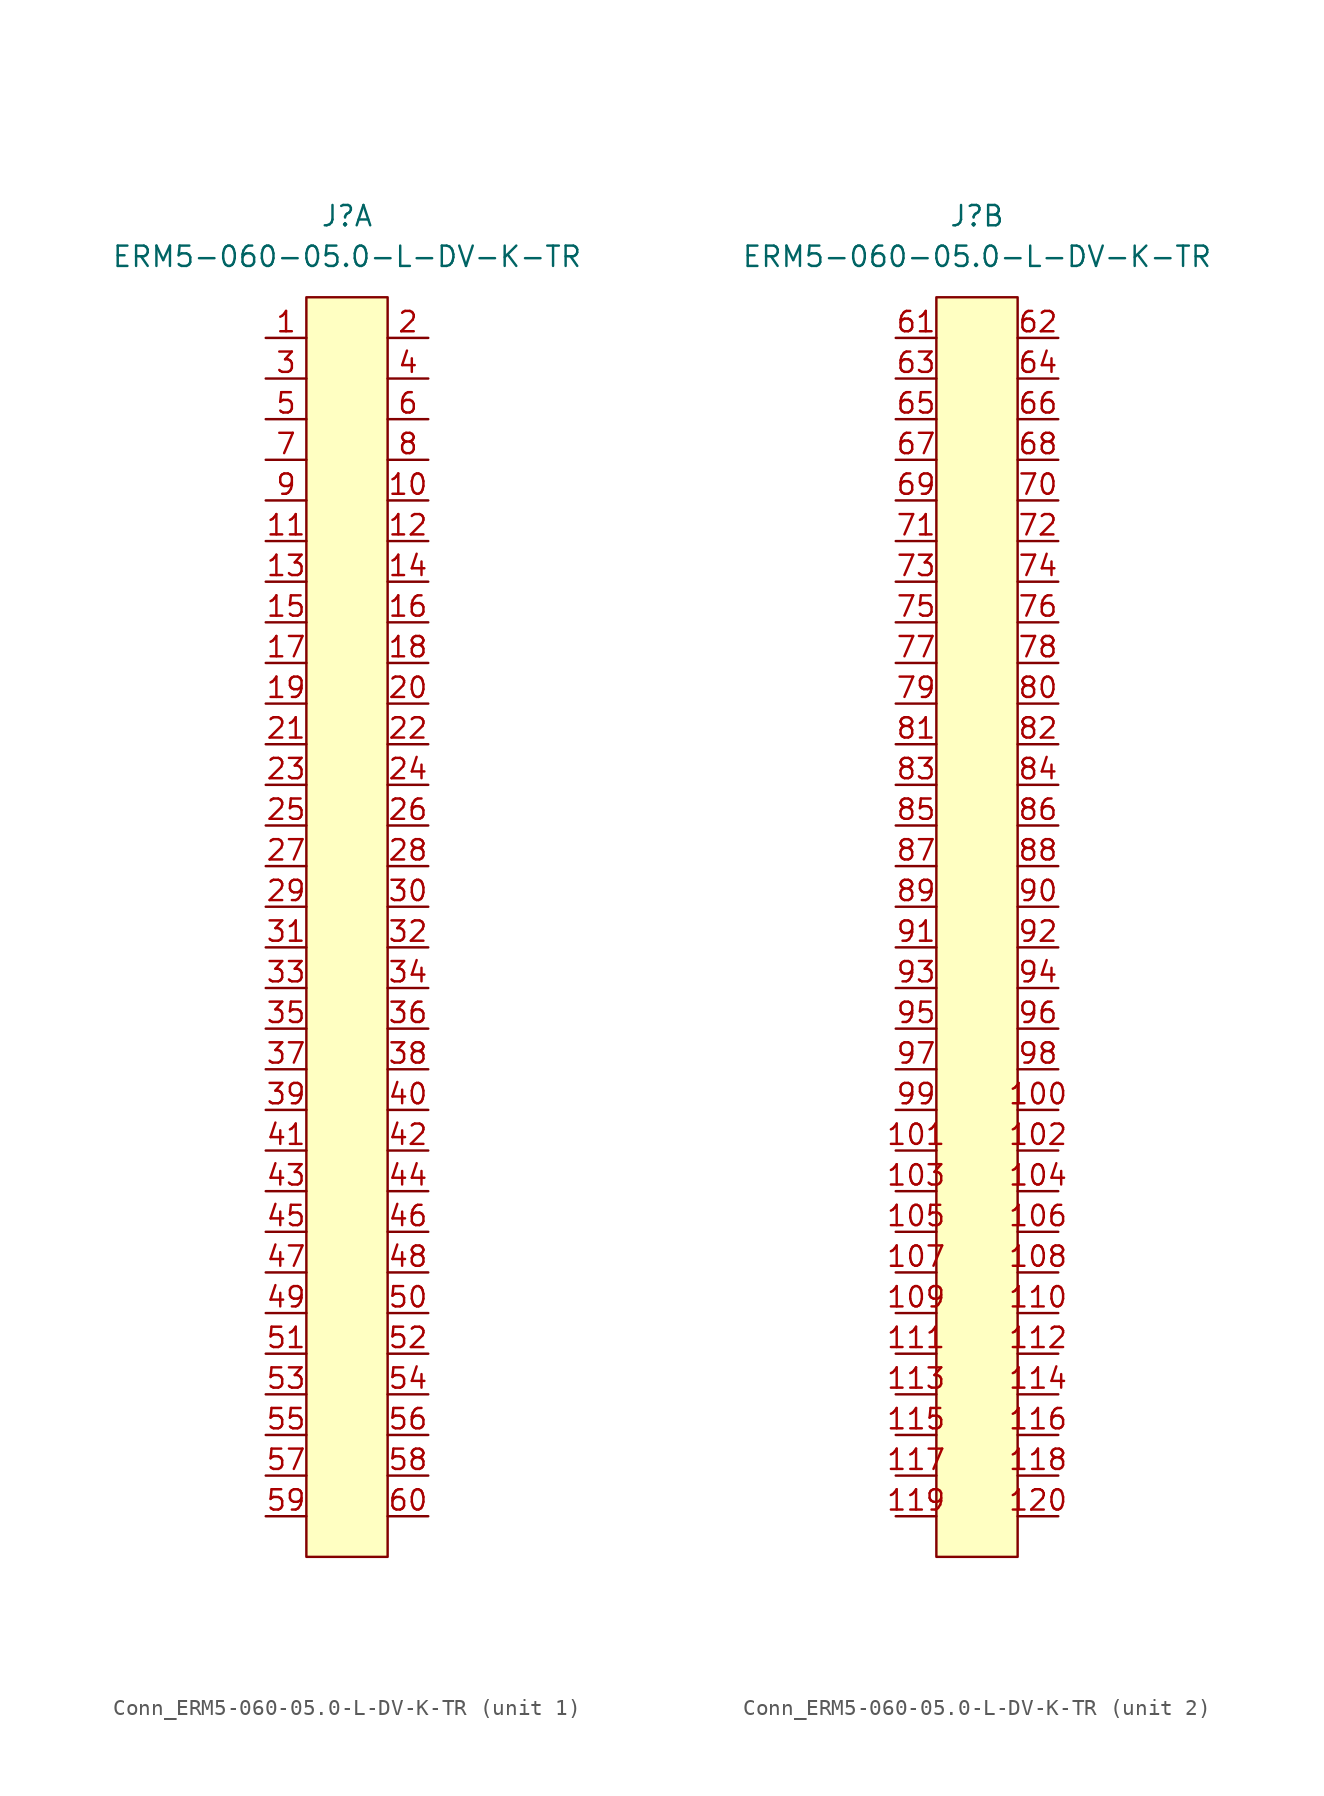
<source format=kicad_sym>
(kicad_symbol_lib
  (version 20220914)
  (generator kicad_symbol_editor)
  (symbol "Conn_ERM5-060-05.0-L-DV-K-TR"
    (pin_names
      (offset 1.016) hide)
    (property "Reference" "J"
      (at 0 20.32 0)
      (effects (font (size 1.27 1.27))))
    (property "Value" "ERM5-060-05.0-L-DV-K-TR"
      (at 0 17.78 0)
      (effects (font (size 1.27 1.27))))
    (property "ki_locked" ""
      (at 0 0 0)
      (effects (font (size 1.27 1.27))))
    (symbol "Conn_ERM5-060-05.0-L-DV-K-TR_1_1"
      (rectangle (start -2.54 15.24) (end 2.54 -63.5) (stroke (width 0) (type default)) (fill (type background)))
      (pin passive line (at -5.08 12.7 0) (length 2.54) (name "1" (effects (font (size 1.27 1.27)))) (number "1" (effects (font (size 1.27 1.27)))))
      (pin passive line (at 5.08 2.54 180) (length 2.54) (name "10" (effects (font (size 1.27 1.27)))) (number "10" (effects (font (size 1.27 1.27)))))
      (pin passive line (at -5.08 0 0) (length 2.54) (name "11" (effects (font (size 1.27 1.27)))) (number "11" (effects (font (size 1.27 1.27)))))
      (pin passive line (at 5.08 0 180) (length 2.54) (name "12" (effects (font (size 1.27 1.27)))) (number "12" (effects (font (size 1.27 1.27)))))
      (pin passive line (at -5.08 -2.54 0) (length 2.54) (name "13" (effects (font (size 1.27 1.27)))) (number "13" (effects (font (size 1.27 1.27)))))
      (pin passive line (at 5.08 -2.54 180) (length 2.54) (name "14" (effects (font (size 1.27 1.27)))) (number "14" (effects (font (size 1.27 1.27)))))
      (pin passive line (at -5.08 -5.08 0) (length 2.54) (name "15" (effects (font (size 1.27 1.27)))) (number "15" (effects (font (size 1.27 1.27)))))
      (pin passive line (at 5.08 -5.08 180) (length 2.54) (name "16" (effects (font (size 1.27 1.27)))) (number "16" (effects (font (size 1.27 1.27)))))
      (pin passive line (at -5.08 -7.62 0) (length 2.54) (name "17" (effects (font (size 1.27 1.27)))) (number "17" (effects (font (size 1.27 1.27)))))
      (pin passive line (at 5.08 -7.62 180) (length 2.54) (name "18" (effects (font (size 1.27 1.27)))) (number "18" (effects (font (size 1.27 1.27)))))
      (pin passive line (at -5.08 -10.16 0) (length 2.54) (name "19" (effects (font (size 1.27 1.27)))) (number "19" (effects (font (size 1.27 1.27)))))
      (pin passive line (at 5.08 12.7 180) (length 2.54) (name "2" (effects (font (size 1.27 1.27)))) (number "2" (effects (font (size 1.27 1.27)))))
      (pin passive line (at 5.08 -10.16 180) (length 2.54) (name "20" (effects (font (size 1.27 1.27)))) (number "20" (effects (font (size 1.27 1.27)))))
      (pin passive line (at -5.08 -12.7 0) (length 2.54) (name "21" (effects (font (size 1.27 1.27)))) (number "21" (effects (font (size 1.27 1.27)))))
      (pin passive line (at 5.08 -12.7 180) (length 2.54) (name "22" (effects (font (size 1.27 1.27)))) (number "22" (effects (font (size 1.27 1.27)))))
      (pin passive line (at -5.08 -15.24 0) (length 2.54) (name "23" (effects (font (size 1.27 1.27)))) (number "23" (effects (font (size 1.27 1.27)))))
      (pin passive line (at 5.08 -15.24 180) (length 2.54) (name "24" (effects (font (size 1.27 1.27)))) (number "24" (effects (font (size 1.27 1.27)))))
      (pin passive line (at -5.08 -17.78 0) (length 2.54) (name "25" (effects (font (size 1.27 1.27)))) (number "25" (effects (font (size 1.27 1.27)))))
      (pin passive line (at 5.08 -17.78 180) (length 2.54) (name "26" (effects (font (size 1.27 1.27)))) (number "26" (effects (font (size 1.27 1.27)))))
      (pin passive line (at -5.08 -20.32 0) (length 2.54) (name "27" (effects (font (size 1.27 1.27)))) (number "27" (effects (font (size 1.27 1.27)))))
      (pin passive line (at 5.08 -20.32 180) (length 2.54) (name "28" (effects (font (size 1.27 1.27)))) (number "28" (effects (font (size 1.27 1.27)))))
      (pin passive line (at -5.08 -22.86 0) (length 2.54) (name "29" (effects (font (size 1.27 1.27)))) (number "29" (effects (font (size 1.27 1.27)))))
      (pin passive line (at -5.08 10.16 0) (length 2.54) (name "3" (effects (font (size 1.27 1.27)))) (number "3" (effects (font (size 1.27 1.27)))))
      (pin passive line (at 5.08 -22.86 180) (length 2.54) (name "30" (effects (font (size 1.27 1.27)))) (number "30" (effects (font (size 1.27 1.27)))))
      (pin passive line (at -5.08 -25.4 0) (length 2.54) (name "31" (effects (font (size 1.27 1.27)))) (number "31" (effects (font (size 1.27 1.27)))))
      (pin passive line (at 5.08 -25.4 180) (length 2.54) (name "32" (effects (font (size 1.27 1.27)))) (number "32" (effects (font (size 1.27 1.27)))))
      (pin passive line (at -5.08 -27.94 0) (length 2.54) (name "33" (effects (font (size 1.27 1.27)))) (number "33" (effects (font (size 1.27 1.27)))))
      (pin passive line (at 5.08 -27.94 180) (length 2.54) (name "34" (effects (font (size 1.27 1.27)))) (number "34" (effects (font (size 1.27 1.27)))))
      (pin passive line (at -5.08 -30.48 0) (length 2.54) (name "35" (effects (font (size 1.27 1.27)))) (number "35" (effects (font (size 1.27 1.27)))))
      (pin passive line (at 5.08 -30.48 180) (length 2.54) (name "36" (effects (font (size 1.27 1.27)))) (number "36" (effects (font (size 1.27 1.27)))))
      (pin passive line (at -5.08 -33.02 0) (length 2.54) (name "37" (effects (font (size 1.27 1.27)))) (number "37" (effects (font (size 1.27 1.27)))))
      (pin passive line (at 5.08 -33.02 180) (length 2.54) (name "38" (effects (font (size 1.27 1.27)))) (number "38" (effects (font (size 1.27 1.27)))))
      (pin passive line (at -5.08 -35.56 0) (length 2.54) (name "39" (effects (font (size 1.27 1.27)))) (number "39" (effects (font (size 1.27 1.27)))))
      (pin passive line (at 5.08 10.16 180) (length 2.54) (name "4" (effects (font (size 1.27 1.27)))) (number "4" (effects (font (size 1.27 1.27)))))
      (pin passive line (at 5.08 -35.56 180) (length 2.54) (name "40" (effects (font (size 1.27 1.27)))) (number "40" (effects (font (size 1.27 1.27)))))
      (pin passive line (at -5.08 -38.1 0) (length 2.54) (name "41" (effects (font (size 1.27 1.27)))) (number "41" (effects (font (size 1.27 1.27)))))
      (pin passive line (at 5.08 -38.1 180) (length 2.54) (name "42" (effects (font (size 1.27 1.27)))) (number "42" (effects (font (size 1.27 1.27)))))
      (pin passive line (at -5.08 -40.64 0) (length 2.54) (name "43" (effects (font (size 1.27 1.27)))) (number "43" (effects (font (size 1.27 1.27)))))
      (pin passive line (at 5.08 -40.64 180) (length 2.54) (name "44" (effects (font (size 1.27 1.27)))) (number "44" (effects (font (size 1.27 1.27)))))
      (pin passive line (at -5.08 -43.18 0) (length 2.54) (name "45" (effects (font (size 1.27 1.27)))) (number "45" (effects (font (size 1.27 1.27)))))
      (pin passive line (at 5.08 -43.18 180) (length 2.54) (name "46" (effects (font (size 1.27 1.27)))) (number "46" (effects (font (size 1.27 1.27)))))
      (pin passive line (at -5.08 -45.72 0) (length 2.54) (name "47" (effects (font (size 1.27 1.27)))) (number "47" (effects (font (size 1.27 1.27)))))
      (pin passive line (at 5.08 -45.72 180) (length 2.54) (name "48" (effects (font (size 1.27 1.27)))) (number "48" (effects (font (size 1.27 1.27)))))
      (pin passive line (at -5.08 -48.26 0) (length 2.54) (name "49" (effects (font (size 1.27 1.27)))) (number "49" (effects (font (size 1.27 1.27)))))
      (pin passive line (at -5.08 7.62 0) (length 2.54) (name "5" (effects (font (size 1.27 1.27)))) (number "5" (effects (font (size 1.27 1.27)))))
      (pin passive line (at 5.08 -48.26 180) (length 2.54) (name "50" (effects (font (size 1.27 1.27)))) (number "50" (effects (font (size 1.27 1.27)))))
      (pin passive line (at -5.08 -50.8 0) (length 2.54) (name "51" (effects (font (size 1.27 1.27)))) (number "51" (effects (font (size 1.27 1.27)))))
      (pin passive line (at 5.08 -50.8 180) (length 2.54) (name "52" (effects (font (size 1.27 1.27)))) (number "52" (effects (font (size 1.27 1.27)))))
      (pin passive line (at -5.08 -53.34 0) (length 2.54) (name "53" (effects (font (size 1.27 1.27)))) (number "53" (effects (font (size 1.27 1.27)))))
      (pin passive line (at 5.08 -53.34 180) (length 2.54) (name "54" (effects (font (size 1.27 1.27)))) (number "54" (effects (font (size 1.27 1.27)))))
      (pin passive line (at -5.08 -55.88 0) (length 2.54) (name "55" (effects (font (size 1.27 1.27)))) (number "55" (effects (font (size 1.27 1.27)))))
      (pin passive line (at 5.08 -55.88 180) (length 2.54) (name "56" (effects (font (size 1.27 1.27)))) (number "56" (effects (font (size 1.27 1.27)))))
      (pin passive line (at -5.08 -58.42 0) (length 2.54) (name "57" (effects (font (size 1.27 1.27)))) (number "57" (effects (font (size 1.27 1.27)))))
      (pin passive line (at 5.08 -58.42 180) (length 2.54) (name "58" (effects (font (size 1.27 1.27)))) (number "58" (effects (font (size 1.27 1.27)))))
      (pin passive line (at -5.08 -60.96 0) (length 2.54) (name "59" (effects (font (size 1.27 1.27)))) (number "59" (effects (font (size 1.27 1.27)))))
      (pin passive line (at 5.08 7.62 180) (length 2.54) (name "6" (effects (font (size 1.27 1.27)))) (number "6" (effects (font (size 1.27 1.27)))))
      (pin passive line (at 5.08 -60.96 180) (length 2.54) (name "60" (effects (font (size 1.27 1.27)))) (number "60" (effects (font (size 1.27 1.27)))))
      (pin passive line (at -5.08 5.08 0) (length 2.54) (name "7" (effects (font (size 1.27 1.27)))) (number "7" (effects (font (size 1.27 1.27)))))
      (pin passive line (at 5.08 5.08 180) (length 2.54) (name "8" (effects (font (size 1.27 1.27)))) (number "8" (effects (font (size 1.27 1.27)))))
      (pin passive line (at -5.08 2.54 0) (length 2.54) (name "9" (effects (font (size 1.27 1.27)))) (number "9" (effects (font (size 1.27 1.27))))))
    (symbol "Conn_ERM5-060-05.0-L-DV-K-TR_2_1"
      (rectangle (start -2.54 15.24) (end 2.54 -63.5) (stroke (width 0) (type default)) (fill (type background)))
      (pin passive line (at 5.08 -35.56 180) (length 2.54) (name "100" (effects (font (size 1.27 1.27)))) (number "100" (effects (font (size 1.27 1.27)))))
      (pin passive line (at -5.08 -38.1 0) (length 2.54) (name "101" (effects (font (size 1.27 1.27)))) (number "101" (effects (font (size 1.27 1.27)))))
      (pin passive line (at 5.08 -38.1 180) (length 2.54) (name "102" (effects (font (size 1.27 1.27)))) (number "102" (effects (font (size 1.27 1.27)))))
      (pin passive line (at -5.08 -40.64 0) (length 2.54) (name "103" (effects (font (size 1.27 1.27)))) (number "103" (effects (font (size 1.27 1.27)))))
      (pin passive line (at 5.08 -40.64 180) (length 2.54) (name "104" (effects (font (size 1.27 1.27)))) (number "104" (effects (font (size 1.27 1.27)))))
      (pin passive line (at -5.08 -43.18 0) (length 2.54) (name "105" (effects (font (size 1.27 1.27)))) (number "105" (effects (font (size 1.27 1.27)))))
      (pin passive line (at 5.08 -43.18 180) (length 2.54) (name "106" (effects (font (size 1.27 1.27)))) (number "106" (effects (font (size 1.27 1.27)))))
      (pin passive line (at -5.08 -45.72 0) (length 2.54) (name "107" (effects (font (size 1.27 1.27)))) (number "107" (effects (font (size 1.27 1.27)))))
      (pin passive line (at 5.08 -45.72 180) (length 2.54) (name "108" (effects (font (size 1.27 1.27)))) (number "108" (effects (font (size 1.27 1.27)))))
      (pin passive line (at -5.08 -48.26 0) (length 2.54) (name "109" (effects (font (size 1.27 1.27)))) (number "109" (effects (font (size 1.27 1.27)))))
      (pin passive line (at 5.08 -48.26 180) (length 2.54) (name "110" (effects (font (size 1.27 1.27)))) (number "110" (effects (font (size 1.27 1.27)))))
      (pin passive line (at -5.08 -50.8 0) (length 2.54) (name "111" (effects (font (size 1.27 1.27)))) (number "111" (effects (font (size 1.27 1.27)))))
      (pin passive line (at 5.08 -50.8 180) (length 2.54) (name "112" (effects (font (size 1.27 1.27)))) (number "112" (effects (font (size 1.27 1.27)))))
      (pin passive line (at -5.08 -53.34 0) (length 2.54) (name "113" (effects (font (size 1.27 1.27)))) (number "113" (effects (font (size 1.27 1.27)))))
      (pin passive line (at 5.08 -53.34 180) (length 2.54) (name "114" (effects (font (size 1.27 1.27)))) (number "114" (effects (font (size 1.27 1.27)))))
      (pin passive line (at -5.08 -55.88 0) (length 2.54) (name "115" (effects (font (size 1.27 1.27)))) (number "115" (effects (font (size 1.27 1.27)))))
      (pin passive line (at 5.08 -55.88 180) (length 2.54) (name "116" (effects (font (size 1.27 1.27)))) (number "116" (effects (font (size 1.27 1.27)))))
      (pin passive line (at -5.08 -58.42 0) (length 2.54) (name "117" (effects (font (size 1.27 1.27)))) (number "117" (effects (font (size 1.27 1.27)))))
      (pin passive line (at 5.08 -58.42 180) (length 2.54) (name "118" (effects (font (size 1.27 1.27)))) (number "118" (effects (font (size 1.27 1.27)))))
      (pin passive line (at -5.08 -60.96 0) (length 2.54) (name "119" (effects (font (size 1.27 1.27)))) (number "119" (effects (font (size 1.27 1.27)))))
      (pin passive line (at 5.08 -60.96 180) (length 2.54) (name "120" (effects (font (size 1.27 1.27)))) (number "120" (effects (font (size 1.27 1.27)))))
      (pin passive line (at -5.08 12.7 0) (length 2.54) (name "61" (effects (font (size 1.27 1.27)))) (number "61" (effects (font (size 1.27 1.27)))))
      (pin passive line (at 5.08 12.7 180) (length 2.54) (name "62" (effects (font (size 1.27 1.27)))) (number "62" (effects (font (size 1.27 1.27)))))
      (pin passive line (at -5.08 10.16 0) (length 2.54) (name "63" (effects (font (size 1.27 1.27)))) (number "63" (effects (font (size 1.27 1.27)))))
      (pin passive line (at 5.08 10.16 180) (length 2.54) (name "64" (effects (font (size 1.27 1.27)))) (number "64" (effects (font (size 1.27 1.27)))))
      (pin passive line (at -5.08 7.62 0) (length 2.54) (name "65" (effects (font (size 1.27 1.27)))) (number "65" (effects (font (size 1.27 1.27)))))
      (pin passive line (at 5.08 7.62 180) (length 2.54) (name "66" (effects (font (size 1.27 1.27)))) (number "66" (effects (font (size 1.27 1.27)))))
      (pin passive line (at -5.08 5.08 0) (length 2.54) (name "67" (effects (font (size 1.27 1.27)))) (number "67" (effects (font (size 1.27 1.27)))))
      (pin passive line (at 5.08 5.08 180) (length 2.54) (name "68" (effects (font (size 1.27 1.27)))) (number "68" (effects (font (size 1.27 1.27)))))
      (pin passive line (at -5.08 2.54 0) (length 2.54) (name "69" (effects (font (size 1.27 1.27)))) (number "69" (effects (font (size 1.27 1.27)))))
      (pin passive line (at 5.08 2.54 180) (length 2.54) (name "70" (effects (font (size 1.27 1.27)))) (number "70" (effects (font (size 1.27 1.27)))))
      (pin passive line (at -5.08 0 0) (length 2.54) (name "71" (effects (font (size 1.27 1.27)))) (number "71" (effects (font (size 1.27 1.27)))))
      (pin passive line (at 5.08 0 180) (length 2.54) (name "72" (effects (font (size 1.27 1.27)))) (number "72" (effects (font (size 1.27 1.27)))))
      (pin passive line (at -5.08 -2.54 0) (length 2.54) (name "73" (effects (font (size 1.27 1.27)))) (number "73" (effects (font (size 1.27 1.27)))))
      (pin passive line (at 5.08 -2.54 180) (length 2.54) (name "74" (effects (font (size 1.27 1.27)))) (number "74" (effects (font (size 1.27 1.27)))))
      (pin passive line (at -5.08 -5.08 0) (length 2.54) (name "75" (effects (font (size 1.27 1.27)))) (number "75" (effects (font (size 1.27 1.27)))))
      (pin passive line (at 5.08 -5.08 180) (length 2.54) (name "76" (effects (font (size 1.27 1.27)))) (number "76" (effects (font (size 1.27 1.27)))))
      (pin passive line (at -5.08 -7.62 0) (length 2.54) (name "77" (effects (font (size 1.27 1.27)))) (number "77" (effects (font (size 1.27 1.27)))))
      (pin passive line (at 5.08 -7.62 180) (length 2.54) (name "78" (effects (font (size 1.27 1.27)))) (number "78" (effects (font (size 1.27 1.27)))))
      (pin passive line (at -5.08 -10.16 0) (length 2.54) (name "79" (effects (font (size 1.27 1.27)))) (number "79" (effects (font (size 1.27 1.27)))))
      (pin passive line (at 5.08 -10.16 180) (length 2.54) (name "80" (effects (font (size 1.27 1.27)))) (number "80" (effects (font (size 1.27 1.27)))))
      (pin passive line (at -5.08 -12.7 0) (length 2.54) (name "81" (effects (font (size 1.27 1.27)))) (number "81" (effects (font (size 1.27 1.27)))))
      (pin passive line (at 5.08 -12.7 180) (length 2.54) (name "82" (effects (font (size 1.27 1.27)))) (number "82" (effects (font (size 1.27 1.27)))))
      (pin passive line (at -5.08 -15.24 0) (length 2.54) (name "83" (effects (font (size 1.27 1.27)))) (number "83" (effects (font (size 1.27 1.27)))))
      (pin passive line (at 5.08 -15.24 180) (length 2.54) (name "84" (effects (font (size 1.27 1.27)))) (number "84" (effects (font (size 1.27 1.27)))))
      (pin passive line (at -5.08 -17.78 0) (length 2.54) (name "85" (effects (font (size 1.27 1.27)))) (number "85" (effects (font (size 1.27 1.27)))))
      (pin passive line (at 5.08 -17.78 180) (length 2.54) (name "86" (effects (font (size 1.27 1.27)))) (number "86" (effects (font (size 1.27 1.27)))))
      (pin passive line (at -5.08 -20.32 0) (length 2.54) (name "87" (effects (font (size 1.27 1.27)))) (number "87" (effects (font (size 1.27 1.27)))))
      (pin passive line (at 5.08 -20.32 180) (length 2.54) (name "88" (effects (font (size 1.27 1.27)))) (number "88" (effects (font (size 1.27 1.27)))))
      (pin passive line (at -5.08 -22.86 0) (length 2.54) (name "89" (effects (font (size 1.27 1.27)))) (number "89" (effects (font (size 1.27 1.27)))))
      (pin passive line (at 5.08 -22.86 180) (length 2.54) (name "90" (effects (font (size 1.27 1.27)))) (number "90" (effects (font (size 1.27 1.27)))))
      (pin passive line (at -5.08 -25.4 0) (length 2.54) (name "91" (effects (font (size 1.27 1.27)))) (number "91" (effects (font (size 1.27 1.27)))))
      (pin passive line (at 5.08 -25.4 180) (length 2.54) (name "92" (effects (font (size 1.27 1.27)))) (number "92" (effects (font (size 1.27 1.27)))))
      (pin passive line (at -5.08 -27.94 0) (length 2.54) (name "93" (effects (font (size 1.27 1.27)))) (number "93" (effects (font (size 1.27 1.27)))))
      (pin passive line (at 5.08 -27.94 180) (length 2.54) (name "94" (effects (font (size 1.27 1.27)))) (number "94" (effects (font (size 1.27 1.27)))))
      (pin passive line (at -5.08 -30.48 0) (length 2.54) (name "95" (effects (font (size 1.27 1.27)))) (number "95" (effects (font (size 1.27 1.27)))))
      (pin passive line (at 5.08 -30.48 180) (length 2.54) (name "96" (effects (font (size 1.27 1.27)))) (number "96" (effects (font (size 1.27 1.27)))))
      (pin passive line (at -5.08 -33.02 0) (length 2.54) (name "97" (effects (font (size 1.27 1.27)))) (number "97" (effects (font (size 1.27 1.27)))))
      (pin passive line (at 5.08 -33.02 180) (length 2.54) (name "98" (effects (font (size 1.27 1.27)))) (number "98" (effects (font (size 1.27 1.27)))))
      (pin passive line (at -5.08 -35.56 0) (length 2.54) (name "99" (effects (font (size 1.27 1.27)))) (number "99" (effects (font (size 1.27 1.27))))))))
</source>
